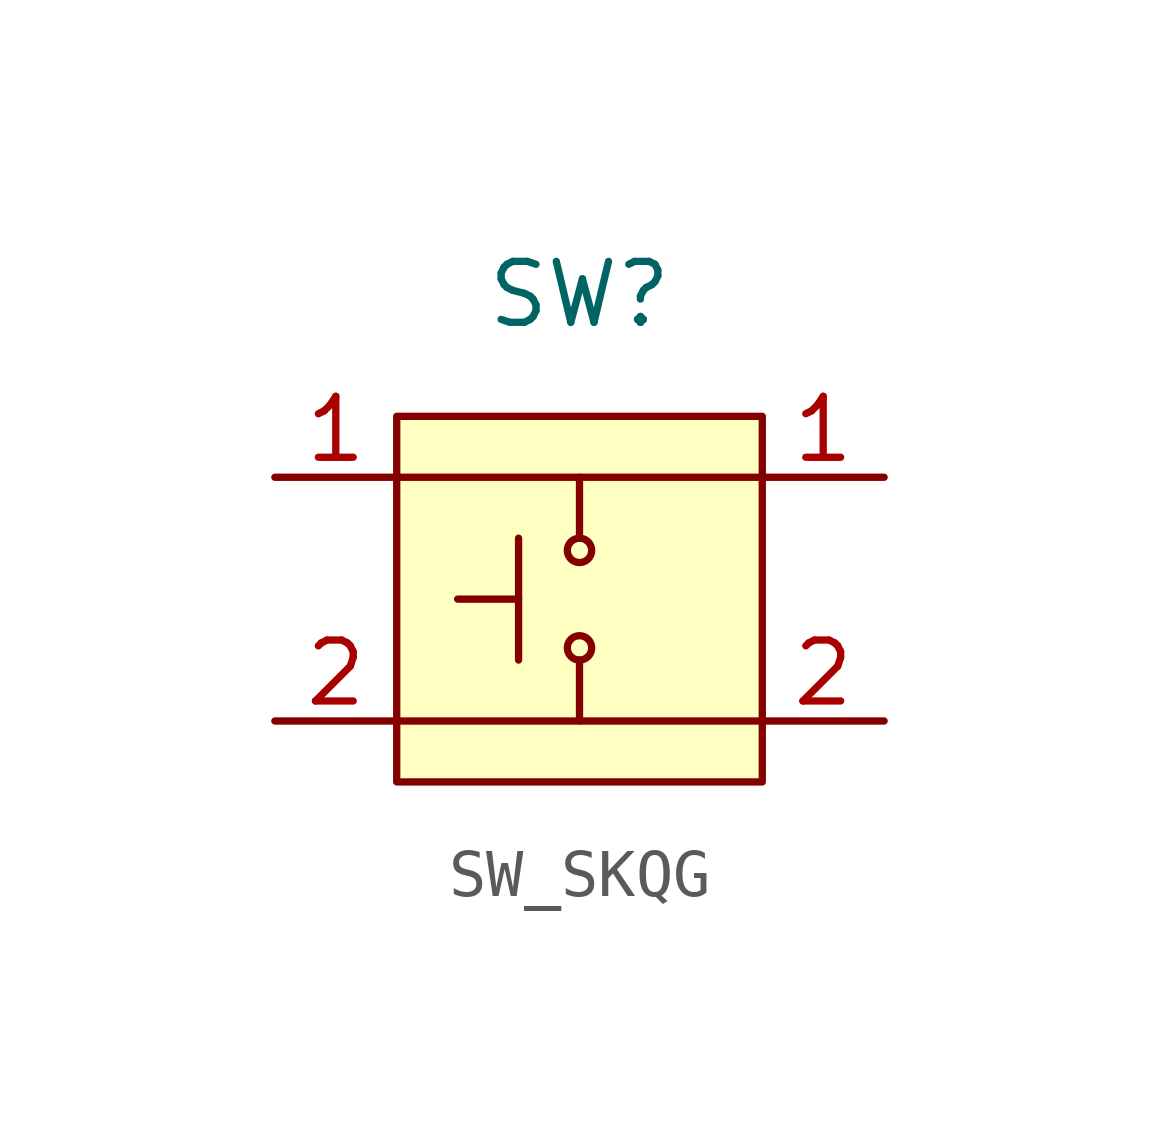
<source format=kicad_sym>
(kicad_symbol_lib
  (version 20241209)
  (generator "kicad_symbol_editor")
  (generator_version "9.0")
  (symbol "SW_SKQG"
    (property "Reference" "SW"
      (at 0 0 0)
      (effects (font (size 1.27 1.27))))
    (property "Value" ""
      (at 0 0 0)
      (effects (font (size 1.27 1.27))))
    (symbol "SW_SKQG_0_1"
      (polyline (pts (xy -3.81 -3.81) (xy 3.81 -3.81)) (stroke (width 0) (type default)) (fill (type none)))
      (polyline (pts (xy -3.81 -8.89) (xy 3.81 -8.89)) (stroke (width 0) (type default)) (fill (type none)))
      (polyline (pts (xy 0 -3.81) (xy 0 -5.08)) (stroke (width 0) (type default)) (fill (type none)))
      (circle (center 0 -5.334) (radius 0.254) (stroke (width 0) (type default)) (fill (type none)))
      (circle (center 0 -7.366) (radius 0.254) (stroke (width 0) (type default)) (fill (type none)))
      (polyline (pts (xy 0 -8.89) (xy 0 -7.62)) (stroke (width 0) (type default)) (fill (type none))))
    (symbol "SW_SKQG_1_1"
      (rectangle (start -3.81 -2.54) (end 3.81 -10.16) (stroke (width 0) (type solid)) (fill (type background)))
      (polyline (pts (xy -1.27 -5.08) (xy -1.27 -7.62)) (stroke (width 0) (type default)) (fill (type none)))
      (polyline (pts (xy -1.27 -6.35) (xy -2.54 -6.35)) (stroke (width 0) (type default)) (fill (type none)))
      (pin passive line (at -6.35 -3.81 0) (length 2.54) (name "" (effects (font (size 1.27 1.27)))) (number "1" (effects (font (size 1.27 1.27)))))
      (pin passive line (at -6.35 -8.89 0) (length 2.54) (name "" (effects (font (size 1.27 1.27)))) (number "2" (effects (font (size 1.27 1.27)))))
      (pin passive line (at 6.35 -3.81 180) (length 2.54) (name "" (effects (font (size 1.27 1.27)))) (number "1" (effects (font (size 1.27 1.27)))))
      (pin passive line (at 6.35 -8.89 180) (length 2.54) (name "" (effects (font (size 1.27 1.27)))) (number "2" (effects (font (size 1.27 1.27))))))))
</source>
